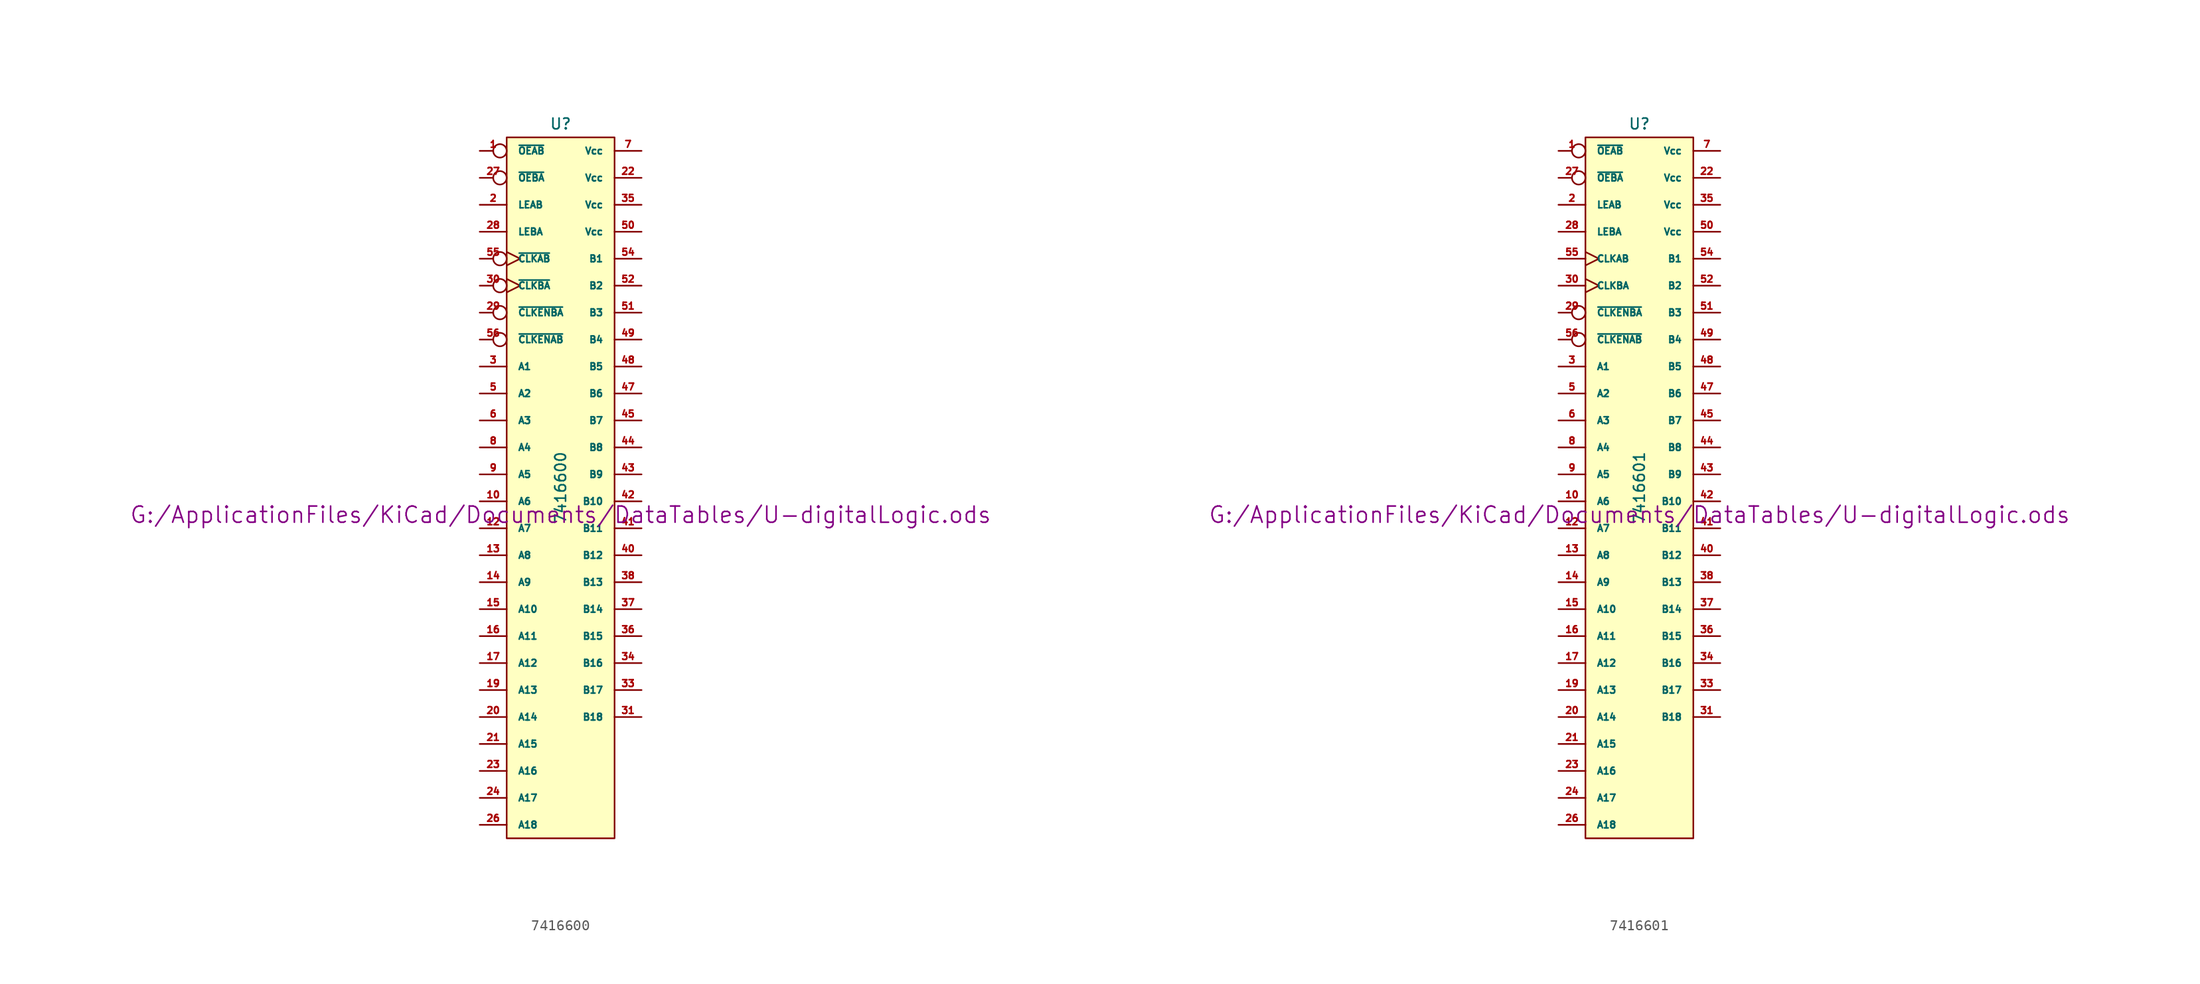
<source format=kicad_sym>
(kicad_symbol_lib
  (version 20211014)
  (generator kicad_symbol_editor)
  (symbol "7416600"
    (pin_names
      (offset 1.016))
    (property "Reference" "U"
      (at 0 34.29 0)
      (effects (font (size 1.016 1.016))))
    (property "Value" "7416600"
      (at 0 0 90)
      (effects (font (size 1.016 1.016))))
    (property "Footprint" ""
      (at 0 -2.54 0)
      (effects (font (size 1.524 1.524))))
    (property "Datasheet" "G:/ApplicationFiles/KiCad/Documents/DataTables/U-digitalLogic.ods"
      (at 0 -2.54 0)
      (effects (font (size 1.524 1.524))))
    (symbol "7416600_0_1"
      (rectangle (start -5.08 33.02) (end 5.08 -33.02) (stroke (width 0) (type default) (color 0 0 0 0)) (fill (type background))))
    (symbol "7416600_1_0"
      (pin power_in line (at -3.81 -33.02 270) (length 0) hide (name "DGND" (effects (font (size 0.762 0.762)))) (number "11" (effects (font (size 0.762 0.762)))))
      (pin power_in line (at -2.54 -33.02 270) (length 0) hide (name "DGND" (effects (font (size 0.762 0.762)))) (number "18" (effects (font (size 0.762 0.762)))))
      (pin power_in line (at -1.27 -33.02 270) (length 0) hide (name "DGND" (effects (font (size 0.762 0.762)))) (number "25" (effects (font (size 0.762 0.762)))))
      (pin power_in line (at 0 -33.02 270) (length 0) hide (name "DGND" (effects (font (size 0.762 0.762)))) (number "32" (effects (font (size 0.762 0.762)))))
      (pin power_in line (at 1.27 -33.02 270) (length 0) hide (name "DGND" (effects (font (size 0.762 0.762)))) (number "39" (effects (font (size 0.762 0.762)))))
      (pin power_in line (at -5.08 -33.02 270) (length 0) hide (name "DGND" (effects (font (size 0.762 0.762)))) (number "4" (effects (font (size 0.762 0.762)))))
      (pin power_in line (at 2.54 -33.02 270) (length 0) hide (name "DGND" (effects (font (size 0.762 0.762)))) (number "46" (effects (font (size 0.762 0.762)))))
      (pin power_in line (at 3.81 -33.02 270) (length 0) hide (name "DGND" (effects (font (size 0.762 0.762)))) (number "53" (effects (font (size 0.762 0.762))))))
    (symbol "7416600_1_1"
      (pin input inverted (at -7.62 31.75 0) (length 2.54) (name "~{OEAB}" (effects (font (size 0.635 0.635)))) (number "1" (effects (font (size 0.635 0.635)))))
      (pin bidirectional line (at -7.62 -1.27 0) (length 2.54) (name "A6" (effects (font (size 0.635 0.635)))) (number "10" (effects (font (size 0.635 0.635)))))
      (pin bidirectional line (at -7.62 -3.81 0) (length 2.54) (name "A7" (effects (font (size 0.635 0.635)))) (number "12" (effects (font (size 0.635 0.635)))))
      (pin bidirectional line (at -7.62 -6.35 0) (length 2.54) (name "A8" (effects (font (size 0.635 0.635)))) (number "13" (effects (font (size 0.635 0.635)))))
      (pin bidirectional line (at -7.62 -8.89 0) (length 2.54) (name "A9" (effects (font (size 0.635 0.635)))) (number "14" (effects (font (size 0.635 0.635)))))
      (pin bidirectional line (at -7.62 -11.43 0) (length 2.54) (name "A10" (effects (font (size 0.635 0.635)))) (number "15" (effects (font (size 0.635 0.635)))))
      (pin bidirectional line (at -7.62 -13.97 0) (length 2.54) (name "A11" (effects (font (size 0.635 0.635)))) (number "16" (effects (font (size 0.635 0.635)))))
      (pin bidirectional line (at -7.62 -16.51 0) (length 2.54) (name "A12" (effects (font (size 0.635 0.635)))) (number "17" (effects (font (size 0.635 0.635)))))
      (pin bidirectional line (at -7.62 -19.05 0) (length 2.54) (name "A13" (effects (font (size 0.635 0.635)))) (number "19" (effects (font (size 0.635 0.635)))))
      (pin input line (at -7.62 26.67 0) (length 2.54) (name "LEAB" (effects (font (size 0.635 0.635)))) (number "2" (effects (font (size 0.635 0.635)))))
      (pin bidirectional line (at -7.62 -21.59 0) (length 2.54) (name "A14" (effects (font (size 0.635 0.635)))) (number "20" (effects (font (size 0.635 0.635)))))
      (pin bidirectional line (at -7.62 -24.13 0) (length 2.54) (name "A15" (effects (font (size 0.635 0.635)))) (number "21" (effects (font (size 0.635 0.635)))))
      (pin power_in line (at 7.62 29.21 180) (length 2.54) (name "Vcc" (effects (font (size 0.635 0.635)))) (number "22" (effects (font (size 0.635 0.635)))))
      (pin bidirectional line (at -7.62 -26.67 0) (length 2.54) (name "A16" (effects (font (size 0.635 0.635)))) (number "23" (effects (font (size 0.635 0.635)))))
      (pin bidirectional line (at -7.62 -29.21 0) (length 2.54) (name "A17" (effects (font (size 0.635 0.635)))) (number "24" (effects (font (size 0.635 0.635)))))
      (pin bidirectional line (at -7.62 -31.75 0) (length 2.54) (name "A18" (effects (font (size 0.635 0.635)))) (number "26" (effects (font (size 0.635 0.635)))))
      (pin input inverted (at -7.62 29.21 0) (length 2.54) (name "~{OEBA}" (effects (font (size 0.635 0.635)))) (number "27" (effects (font (size 0.635 0.635)))))
      (pin input line (at -7.62 24.13 0) (length 2.54) (name "LEBA" (effects (font (size 0.635 0.635)))) (number "28" (effects (font (size 0.635 0.635)))))
      (pin input inverted (at -7.62 16.51 0) (length 2.54) (name "~{CLKENBA}" (effects (font (size 0.635 0.635)))) (number "29" (effects (font (size 0.635 0.635)))))
      (pin bidirectional line (at -7.62 11.43 0) (length 2.54) (name "A1" (effects (font (size 0.635 0.635)))) (number "3" (effects (font (size 0.635 0.635)))))
      (pin input inverted_clock (at -7.62 19.05 0) (length 2.54) (name "~{CLKBA}" (effects (font (size 0.635 0.635)))) (number "30" (effects (font (size 0.635 0.635)))))
      (pin bidirectional line (at 7.62 -21.59 180) (length 2.54) (name "B18" (effects (font (size 0.635 0.635)))) (number "31" (effects (font (size 0.635 0.635)))))
      (pin bidirectional line (at 7.62 -19.05 180) (length 2.54) (name "B17" (effects (font (size 0.635 0.635)))) (number "33" (effects (font (size 0.635 0.635)))))
      (pin bidirectional line (at 7.62 -16.51 180) (length 2.54) (name "B16" (effects (font (size 0.635 0.635)))) (number "34" (effects (font (size 0.635 0.635)))))
      (pin power_in line (at 7.62 26.67 180) (length 2.54) (name "Vcc" (effects (font (size 0.635 0.635)))) (number "35" (effects (font (size 0.635 0.635)))))
      (pin bidirectional line (at 7.62 -13.97 180) (length 2.54) (name "B15" (effects (font (size 0.635 0.635)))) (number "36" (effects (font (size 0.635 0.635)))))
      (pin bidirectional line (at 7.62 -11.43 180) (length 2.54) (name "B14" (effects (font (size 0.635 0.635)))) (number "37" (effects (font (size 0.635 0.635)))))
      (pin bidirectional line (at 7.62 -8.89 180) (length 2.54) (name "B13" (effects (font (size 0.635 0.635)))) (number "38" (effects (font (size 0.635 0.635)))))
      (pin bidirectional line (at 7.62 -6.35 180) (length 2.54) (name "B12" (effects (font (size 0.635 0.635)))) (number "40" (effects (font (size 0.635 0.635)))))
      (pin bidirectional line (at 7.62 -3.81 180) (length 2.54) (name "B11" (effects (font (size 0.635 0.635)))) (number "41" (effects (font (size 0.635 0.635)))))
      (pin bidirectional line (at 7.62 -1.27 180) (length 2.54) (name "B10" (effects (font (size 0.635 0.635)))) (number "42" (effects (font (size 0.635 0.635)))))
      (pin bidirectional line (at 7.62 1.27 180) (length 2.54) (name "B9" (effects (font (size 0.635 0.635)))) (number "43" (effects (font (size 0.635 0.635)))))
      (pin bidirectional line (at 7.62 3.81 180) (length 2.54) (name "B8" (effects (font (size 0.635 0.635)))) (number "44" (effects (font (size 0.635 0.635)))))
      (pin bidirectional line (at 7.62 6.35 180) (length 2.54) (name "B7" (effects (font (size 0.635 0.635)))) (number "45" (effects (font (size 0.635 0.635)))))
      (pin bidirectional line (at 7.62 8.89 180) (length 2.54) (name "B6" (effects (font (size 0.635 0.635)))) (number "47" (effects (font (size 0.635 0.635)))))
      (pin bidirectional line (at 7.62 11.43 180) (length 2.54) (name "B5" (effects (font (size 0.635 0.635)))) (number "48" (effects (font (size 0.635 0.635)))))
      (pin bidirectional line (at 7.62 13.97 180) (length 2.54) (name "B4" (effects (font (size 0.635 0.635)))) (number "49" (effects (font (size 0.635 0.635)))))
      (pin bidirectional line (at -7.62 8.89 0) (length 2.54) (name "A2" (effects (font (size 0.635 0.635)))) (number "5" (effects (font (size 0.635 0.635)))))
      (pin power_in line (at 7.62 24.13 180) (length 2.54) (name "Vcc" (effects (font (size 0.635 0.635)))) (number "50" (effects (font (size 0.635 0.635)))))
      (pin bidirectional line (at 7.62 16.51 180) (length 2.54) (name "B3" (effects (font (size 0.635 0.635)))) (number "51" (effects (font (size 0.635 0.635)))))
      (pin bidirectional line (at 7.62 19.05 180) (length 2.54) (name "B2" (effects (font (size 0.635 0.635)))) (number "52" (effects (font (size 0.635 0.635)))))
      (pin bidirectional line (at 7.62 21.59 180) (length 2.54) (name "B1" (effects (font (size 0.635 0.635)))) (number "54" (effects (font (size 0.635 0.635)))))
      (pin input inverted_clock (at -7.62 21.59 0) (length 2.54) (name "~{CLKAB}" (effects (font (size 0.635 0.635)))) (number "55" (effects (font (size 0.635 0.635)))))
      (pin input inverted (at -7.62 13.97 0) (length 2.54) (name "~{CLKENAB}" (effects (font (size 0.635 0.635)))) (number "56" (effects (font (size 0.635 0.635)))))
      (pin bidirectional line (at -7.62 6.35 0) (length 2.54) (name "A3" (effects (font (size 0.635 0.635)))) (number "6" (effects (font (size 0.635 0.635)))))
      (pin power_in line (at 7.62 31.75 180) (length 2.54) (name "Vcc" (effects (font (size 0.635 0.635)))) (number "7" (effects (font (size 0.635 0.635)))))
      (pin bidirectional line (at -7.62 3.81 0) (length 2.54) (name "A4" (effects (font (size 0.635 0.635)))) (number "8" (effects (font (size 0.635 0.635)))))
      (pin bidirectional line (at -7.62 1.27 0) (length 2.54) (name "A5" (effects (font (size 0.635 0.635)))) (number "9" (effects (font (size 0.635 0.635)))))))
  (symbol "7416601"
    (pin_names
      (offset 1.016))
    (property "Reference" "U"
      (at 0 34.29 0)
      (effects (font (size 1.016 1.016))))
    (property "Value" "7416601"
      (at 0 0 90)
      (effects (font (size 1.016 1.016))))
    (property "Footprint" ""
      (at 0 -2.54 0)
      (effects (font (size 1.524 1.524))))
    (property "Datasheet" "G:/ApplicationFiles/KiCad/Documents/DataTables/U-digitalLogic.ods"
      (at 0 -2.54 0)
      (effects (font (size 1.524 1.524))))
    (symbol "7416601_0_1"
      (rectangle (start -5.08 33.02) (end 5.08 -33.02) (stroke (width 0) (type default) (color 0 0 0 0)) (fill (type background))))
    (symbol "7416601_1_0"
      (pin power_in line (at -3.81 -33.02 270) (length 0) hide (name "DGND" (effects (font (size 0.762 0.762)))) (number "11" (effects (font (size 0.762 0.762)))))
      (pin power_in line (at -2.54 -33.02 270) (length 0) hide (name "DGND" (effects (font (size 0.762 0.762)))) (number "18" (effects (font (size 0.762 0.762)))))
      (pin power_in line (at -1.27 -33.02 270) (length 0) hide (name "DGND" (effects (font (size 0.762 0.762)))) (number "25" (effects (font (size 0.762 0.762)))))
      (pin power_in line (at 0 -33.02 270) (length 0) hide (name "DGND" (effects (font (size 0.762 0.762)))) (number "32" (effects (font (size 0.762 0.762)))))
      (pin power_in line (at 1.27 -33.02 270) (length 0) hide (name "DGND" (effects (font (size 0.762 0.762)))) (number "39" (effects (font (size 0.762 0.762)))))
      (pin power_in line (at -5.08 -33.02 270) (length 0) hide (name "DGND" (effects (font (size 0.762 0.762)))) (number "4" (effects (font (size 0.762 0.762)))))
      (pin power_in line (at 2.54 -33.02 270) (length 0) hide (name "DGND" (effects (font (size 0.762 0.762)))) (number "46" (effects (font (size 0.762 0.762)))))
      (pin power_in line (at 3.81 -33.02 270) (length 0) hide (name "DGND" (effects (font (size 0.762 0.762)))) (number "53" (effects (font (size 0.762 0.762))))))
    (symbol "7416601_1_1"
      (pin input inverted (at -7.62 31.75 0) (length 2.54) (name "~{OEAB}" (effects (font (size 0.635 0.635)))) (number "1" (effects (font (size 0.635 0.635)))))
      (pin bidirectional line (at -7.62 -1.27 0) (length 2.54) (name "A6" (effects (font (size 0.635 0.635)))) (number "10" (effects (font (size 0.635 0.635)))))
      (pin bidirectional line (at -7.62 -3.81 0) (length 2.54) (name "A7" (effects (font (size 0.635 0.635)))) (number "12" (effects (font (size 0.635 0.635)))))
      (pin bidirectional line (at -7.62 -6.35 0) (length 2.54) (name "A8" (effects (font (size 0.635 0.635)))) (number "13" (effects (font (size 0.635 0.635)))))
      (pin bidirectional line (at -7.62 -8.89 0) (length 2.54) (name "A9" (effects (font (size 0.635 0.635)))) (number "14" (effects (font (size 0.635 0.635)))))
      (pin bidirectional line (at -7.62 -11.43 0) (length 2.54) (name "A10" (effects (font (size 0.635 0.635)))) (number "15" (effects (font (size 0.635 0.635)))))
      (pin bidirectional line (at -7.62 -13.97 0) (length 2.54) (name "A11" (effects (font (size 0.635 0.635)))) (number "16" (effects (font (size 0.635 0.635)))))
      (pin bidirectional line (at -7.62 -16.51 0) (length 2.54) (name "A12" (effects (font (size 0.635 0.635)))) (number "17" (effects (font (size 0.635 0.635)))))
      (pin bidirectional line (at -7.62 -19.05 0) (length 2.54) (name "A13" (effects (font (size 0.635 0.635)))) (number "19" (effects (font (size 0.635 0.635)))))
      (pin input line (at -7.62 26.67 0) (length 2.54) (name "LEAB" (effects (font (size 0.635 0.635)))) (number "2" (effects (font (size 0.635 0.635)))))
      (pin bidirectional line (at -7.62 -21.59 0) (length 2.54) (name "A14" (effects (font (size 0.635 0.635)))) (number "20" (effects (font (size 0.635 0.635)))))
      (pin bidirectional line (at -7.62 -24.13 0) (length 2.54) (name "A15" (effects (font (size 0.635 0.635)))) (number "21" (effects (font (size 0.635 0.635)))))
      (pin power_in line (at 7.62 29.21 180) (length 2.54) (name "Vcc" (effects (font (size 0.635 0.635)))) (number "22" (effects (font (size 0.635 0.635)))))
      (pin bidirectional line (at -7.62 -26.67 0) (length 2.54) (name "A16" (effects (font (size 0.635 0.635)))) (number "23" (effects (font (size 0.635 0.635)))))
      (pin bidirectional line (at -7.62 -29.21 0) (length 2.54) (name "A17" (effects (font (size 0.635 0.635)))) (number "24" (effects (font (size 0.635 0.635)))))
      (pin bidirectional line (at -7.62 -31.75 0) (length 2.54) (name "A18" (effects (font (size 0.635 0.635)))) (number "26" (effects (font (size 0.635 0.635)))))
      (pin input inverted (at -7.62 29.21 0) (length 2.54) (name "~{OEBA}" (effects (font (size 0.635 0.635)))) (number "27" (effects (font (size 0.635 0.635)))))
      (pin input line (at -7.62 24.13 0) (length 2.54) (name "LEBA" (effects (font (size 0.635 0.635)))) (number "28" (effects (font (size 0.635 0.635)))))
      (pin input inverted (at -7.62 16.51 0) (length 2.54) (name "~{CLKENBA}" (effects (font (size 0.635 0.635)))) (number "29" (effects (font (size 0.635 0.635)))))
      (pin bidirectional line (at -7.62 11.43 0) (length 2.54) (name "A1" (effects (font (size 0.635 0.635)))) (number "3" (effects (font (size 0.635 0.635)))))
      (pin input clock (at -7.62 19.05 0) (length 2.54) (name "CLKBA" (effects (font (size 0.635 0.635)))) (number "30" (effects (font (size 0.635 0.635)))))
      (pin bidirectional line (at 7.62 -21.59 180) (length 2.54) (name "B18" (effects (font (size 0.635 0.635)))) (number "31" (effects (font (size 0.635 0.635)))))
      (pin bidirectional line (at 7.62 -19.05 180) (length 2.54) (name "B17" (effects (font (size 0.635 0.635)))) (number "33" (effects (font (size 0.635 0.635)))))
      (pin bidirectional line (at 7.62 -16.51 180) (length 2.54) (name "B16" (effects (font (size 0.635 0.635)))) (number "34" (effects (font (size 0.635 0.635)))))
      (pin power_in line (at 7.62 26.67 180) (length 2.54) (name "Vcc" (effects (font (size 0.635 0.635)))) (number "35" (effects (font (size 0.635 0.635)))))
      (pin bidirectional line (at 7.62 -13.97 180) (length 2.54) (name "B15" (effects (font (size 0.635 0.635)))) (number "36" (effects (font (size 0.635 0.635)))))
      (pin bidirectional line (at 7.62 -11.43 180) (length 2.54) (name "B14" (effects (font (size 0.635 0.635)))) (number "37" (effects (font (size 0.635 0.635)))))
      (pin bidirectional line (at 7.62 -8.89 180) (length 2.54) (name "B13" (effects (font (size 0.635 0.635)))) (number "38" (effects (font (size 0.635 0.635)))))
      (pin bidirectional line (at 7.62 -6.35 180) (length 2.54) (name "B12" (effects (font (size 0.635 0.635)))) (number "40" (effects (font (size 0.635 0.635)))))
      (pin bidirectional line (at 7.62 -3.81 180) (length 2.54) (name "B11" (effects (font (size 0.635 0.635)))) (number "41" (effects (font (size 0.635 0.635)))))
      (pin bidirectional line (at 7.62 -1.27 180) (length 2.54) (name "B10" (effects (font (size 0.635 0.635)))) (number "42" (effects (font (size 0.635 0.635)))))
      (pin bidirectional line (at 7.62 1.27 180) (length 2.54) (name "B9" (effects (font (size 0.635 0.635)))) (number "43" (effects (font (size 0.635 0.635)))))
      (pin bidirectional line (at 7.62 3.81 180) (length 2.54) (name "B8" (effects (font (size 0.635 0.635)))) (number "44" (effects (font (size 0.635 0.635)))))
      (pin bidirectional line (at 7.62 6.35 180) (length 2.54) (name "B7" (effects (font (size 0.635 0.635)))) (number "45" (effects (font (size 0.635 0.635)))))
      (pin bidirectional line (at 7.62 8.89 180) (length 2.54) (name "B6" (effects (font (size 0.635 0.635)))) (number "47" (effects (font (size 0.635 0.635)))))
      (pin bidirectional line (at 7.62 11.43 180) (length 2.54) (name "B5" (effects (font (size 0.635 0.635)))) (number "48" (effects (font (size 0.635 0.635)))))
      (pin bidirectional line (at 7.62 13.97 180) (length 2.54) (name "B4" (effects (font (size 0.635 0.635)))) (number "49" (effects (font (size 0.635 0.635)))))
      (pin bidirectional line (at -7.62 8.89 0) (length 2.54) (name "A2" (effects (font (size 0.635 0.635)))) (number "5" (effects (font (size 0.635 0.635)))))
      (pin power_in line (at 7.62 24.13 180) (length 2.54) (name "Vcc" (effects (font (size 0.635 0.635)))) (number "50" (effects (font (size 0.635 0.635)))))
      (pin bidirectional line (at 7.62 16.51 180) (length 2.54) (name "B3" (effects (font (size 0.635 0.635)))) (number "51" (effects (font (size 0.635 0.635)))))
      (pin bidirectional line (at 7.62 19.05 180) (length 2.54) (name "B2" (effects (font (size 0.635 0.635)))) (number "52" (effects (font (size 0.635 0.635)))))
      (pin bidirectional line (at 7.62 21.59 180) (length 2.54) (name "B1" (effects (font (size 0.635 0.635)))) (number "54" (effects (font (size 0.635 0.635)))))
      (pin input clock (at -7.62 21.59 0) (length 2.54) (name "CLKAB" (effects (font (size 0.635 0.635)))) (number "55" (effects (font (size 0.635 0.635)))))
      (pin input inverted (at -7.62 13.97 0) (length 2.54) (name "~{CLKENAB}" (effects (font (size 0.635 0.635)))) (number "56" (effects (font (size 0.635 0.635)))))
      (pin bidirectional line (at -7.62 6.35 0) (length 2.54) (name "A3" (effects (font (size 0.635 0.635)))) (number "6" (effects (font (size 0.635 0.635)))))
      (pin power_in line (at 7.62 31.75 180) (length 2.54) (name "Vcc" (effects (font (size 0.635 0.635)))) (number "7" (effects (font (size 0.635 0.635)))))
      (pin bidirectional line (at -7.62 3.81 0) (length 2.54) (name "A4" (effects (font (size 0.635 0.635)))) (number "8" (effects (font (size 0.635 0.635)))))
      (pin bidirectional line (at -7.62 1.27 0) (length 2.54) (name "A5" (effects (font (size 0.635 0.635)))) (number "9" (effects (font (size 0.635 0.635))))))))
</source>
